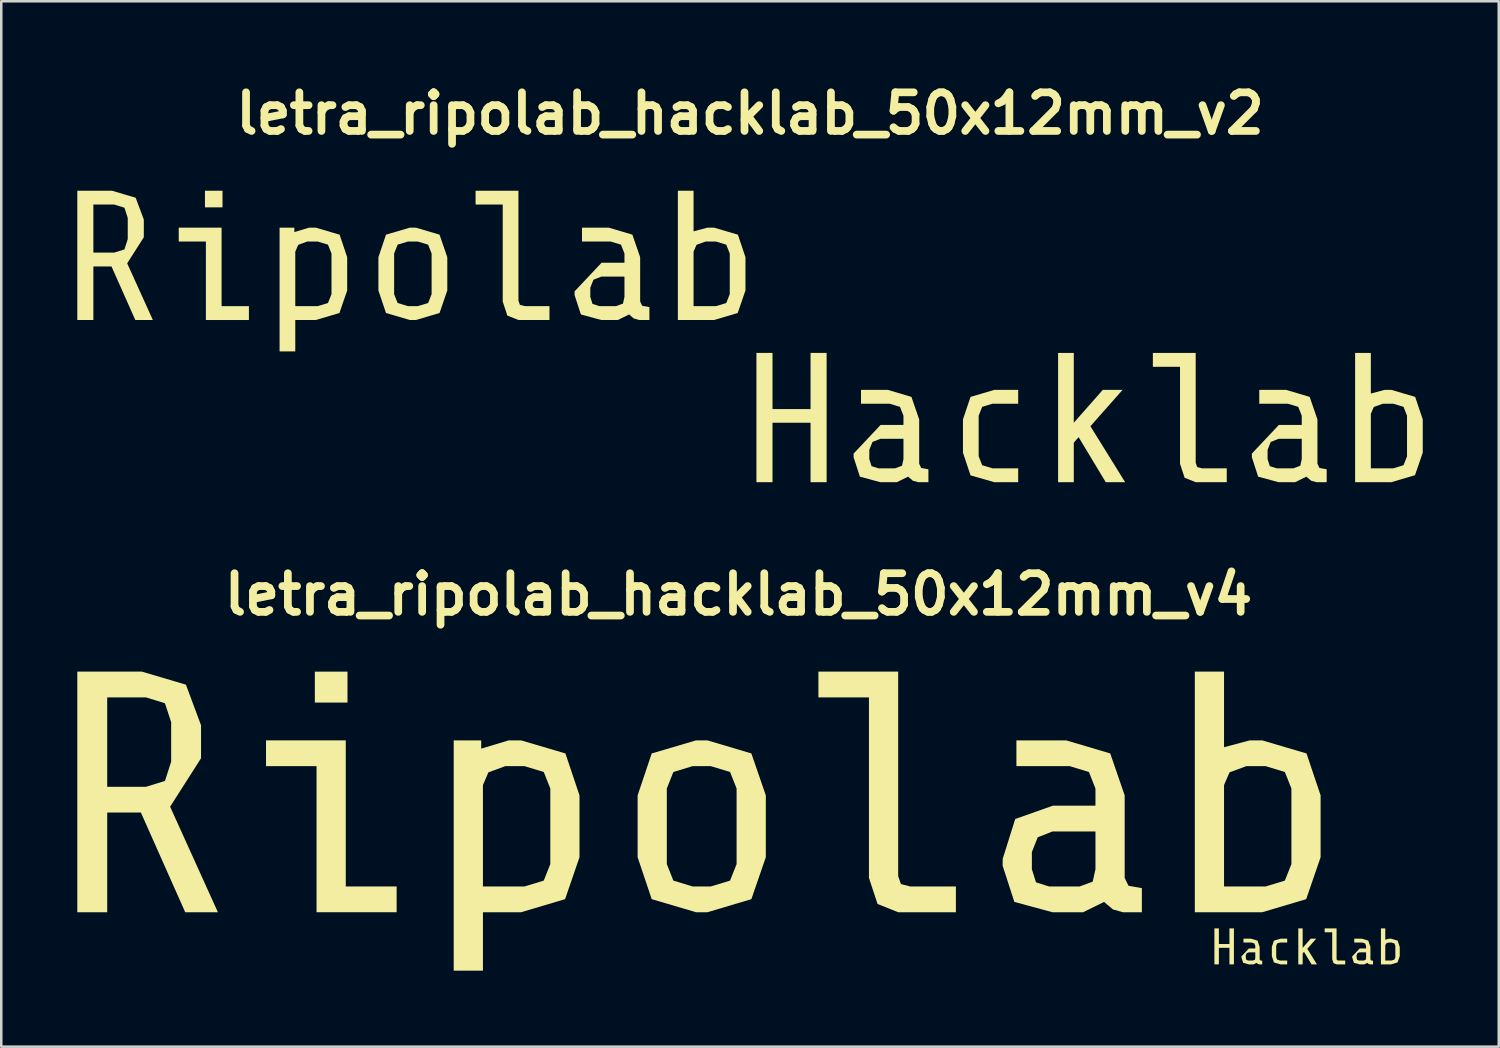
<source format=kicad_pcb>
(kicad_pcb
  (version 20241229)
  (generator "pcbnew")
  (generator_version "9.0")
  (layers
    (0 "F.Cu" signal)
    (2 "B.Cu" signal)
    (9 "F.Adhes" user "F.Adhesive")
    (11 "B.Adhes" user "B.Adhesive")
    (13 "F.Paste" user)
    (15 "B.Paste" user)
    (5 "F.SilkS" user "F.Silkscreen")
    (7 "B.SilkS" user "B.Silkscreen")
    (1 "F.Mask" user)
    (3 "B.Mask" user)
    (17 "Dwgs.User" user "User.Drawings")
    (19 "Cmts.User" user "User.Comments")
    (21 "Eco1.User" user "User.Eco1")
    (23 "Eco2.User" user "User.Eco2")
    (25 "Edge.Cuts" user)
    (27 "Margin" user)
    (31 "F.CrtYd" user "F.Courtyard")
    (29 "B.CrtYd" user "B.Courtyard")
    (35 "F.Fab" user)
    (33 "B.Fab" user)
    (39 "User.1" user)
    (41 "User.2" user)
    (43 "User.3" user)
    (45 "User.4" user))
  (footprint "letra_ripolab_hacklab_50x12mm_v4"
    (layer "F.Cu")
    (at 26.088 29.348)
    (property "Reference" "letra_ripolab_hacklab_50x12mm_v4" (at 0 -8.947 0) (layer "F.SilkS") (effects (font (size 1.524 1.524) (thickness 0.305))))
    (attr smd)
    (fp_poly (pts (xy 6.299 3.594) (xy 5.485 3.268) (xy 5.146 2.238) (xy 5.146 -4.882) (xy 3.152 -4.882) (xy 3.152 -5.899) (xy 6.299 -5.899) (xy 6.299 2.17) (xy 6.407 2.482) (xy 6.773 2.577) (xy 8.577 2.577) (xy 8.577 3.594) (xy 6.299 3.594)) (stroke (width 0) (type solid)) (fill yes) (layer "F.SilkS"))
    (fp_poly (pts (xy 18.952 4.998) (xy 18.952 5.651) (xy 18.776 5.651) (xy 18.776 4.232) (xy 18.952 4.232) (xy 18.952 4.848) (xy 19.369 4.848) (xy 19.369 4.232) (xy 19.546 4.232) (xy 19.546 5.651) (xy 19.369 5.651) (xy 19.369 4.998) (xy 18.952 4.998)) (stroke (width 0) (type solid)) (fill yes) (layer "F.SilkS"))
    (fp_poly (pts (xy 22.258 5.217) (xy 22.258 5.651) (xy 22.086 5.651) (xy 22.086 4.232) (xy 22.258 4.232) (xy 22.258 4.998) (xy 22.576 4.637) (xy 22.793 4.637) (xy 22.441 5.037) (xy 22.822 5.651) (xy 22.609 5.651) (xy 22.311 5.156) (xy 22.258 5.217)) (stroke (width 0) (type solid)) (fill yes) (layer "F.SilkS"))
    (fp_poly (pts (xy 23.596 5.651) (xy 23.475 5.602) (xy 23.424 5.448) (xy 23.424 4.384) (xy 23.126 4.384) (xy 23.126 4.232) (xy 23.596 4.232) (xy 23.596 5.438) (xy 23.612 5.485) (xy 23.667 5.499) (xy 23.937 5.499) (xy 23.937 5.651) (xy 23.596 5.651)) (stroke (width 0) (type solid)) (fill yes) (layer "F.SilkS"))
    (fp_poly (pts (xy -15.428 -5.899) (xy -13.489 2.577) (xy -13.489 3.594) (xy -16.649 3.594) (xy -16.649 -2.17) (xy -18.642 -2.17) (xy -18.642 -3.187) (xy -15.496 -3.187) (xy -15.496 2.577) (xy -13.489 2.577) (xy -15.428 -5.899) (xy -15.428 -4.678) (xy -16.716 -4.678) (xy -16.716 -5.899) (xy -15.428 -5.899)) (stroke (width 0) (type solid)) (fill yes) (layer "F.SilkS"))
    (fp_poly (pts (xy 21.387 5.651) (xy 21.125 5.576) (xy 21.042 5.327) (xy 21.042 4.962) (xy 21.125 4.714) (xy 21.387 4.637) (xy 21.648 4.637) (xy 21.648 4.789) (xy 21.366 4.789) (xy 21.253 4.824) (xy 21.214 4.921) (xy 21.214 5.367) (xy 21.253 5.464) (xy 21.366 5.499) (xy 21.648 5.499) (xy 21.648 5.651) (xy 21.387 5.651)) (stroke (width 0) (type solid)) (fill yes) (layer "F.SilkS"))
    (fp_poly (pts (xy -24.908 -0.339) (xy -24.908 -1.356) (xy -23.375 -1.356) (xy -22.63 -1.587) (xy -22.385 -2.346) (xy -22.385 -3.905) (xy -22.63 -4.651) (xy -23.375 -4.882) (xy -24.908 -4.882) (xy -24.908 -1.356) (xy -24.908 -0.339) (xy -24.908 3.594) (xy -26.088 3.594) (xy -26.088 -5.899) (xy -23.538 -5.899) (xy -21.802 -5.384) (xy -21.206 -3.783) (xy -21.206 -2.482) (xy -22.426 -0.57) (xy -20.541 3.594) (xy -21.83 3.594) (xy -23.579 -0.339) (xy -24.908 -0.339)) (stroke (width 0) (type solid)) (fill yes) (layer "F.SilkS"))
    (fp_poly (pts (xy 22.966 1.424) (xy 21.556 2.346) (xy 21.814 1.695) (xy 21.814 -1.288) (xy 21.556 -1.939) (xy 20.796 -2.17) (xy 20.037 -2.17) (xy 19.373 -1.926) (xy 19.156 -1.424) (xy 19.156 2.577) (xy 20.796 2.577) (xy 21.556 2.346) (xy 22.966 1.424) (xy 22.397 3.078) (xy 20.661 3.594) (xy 18.003 3.594) (xy 18.003 -5.899) (xy 19.156 -5.899) (xy 19.156 -2.916) (xy 20.173 -3.187) (xy 20.661 -3.187) (xy 22.41 -2.671) (xy 22.966 -1.017) (xy 22.966 1.424)) (stroke (width 0) (type solid)) (fill yes) (layer "F.SilkS"))
    (fp_poly (pts (xy 26.088 5.327) (xy 25.877 5.464) (xy 25.915 5.367) (xy 25.915 4.921) (xy 25.877 4.824) (xy 25.763 4.789) (xy 25.65 4.789) (xy 25.55 4.826) (xy 25.518 4.901) (xy 25.518 5.499) (xy 25.763 5.499) (xy 25.877 5.464) (xy 26.088 5.327) (xy 26.002 5.574) (xy 25.743 5.651) (xy 25.346 5.651) (xy 25.346 4.232) (xy 25.518 4.232) (xy 25.518 4.678) (xy 25.67 4.637) (xy 25.743 4.637) (xy 26.004 4.714) (xy 26.088 4.962) (xy 26.088 5.327)) (stroke (width 0) (type solid)) (fill yes) (layer "F.SilkS"))
    (fp_poly (pts (xy -10.152 -3.187) (xy -10.152 -2.861) (xy -9.203 -2.17) (xy -9.867 -1.926) (xy -10.084 -1.424) (xy -10.084 2.577) (xy -8.444 2.577) (xy -7.684 2.346) (xy -7.426 1.695) (xy -7.426 -1.288) (xy -7.684 -1.939) (xy -8.444 -2.17) (xy -9.203 -2.17) (xy -10.152 -2.861) (xy -9.067 -3.187) (xy -8.579 -3.187) (xy -6.83 -2.671) (xy -6.274 -1.017) (xy -6.274 1.424) (xy -6.843 3.078) (xy -8.579 3.594) (xy -10.084 3.594) (xy -10.084 5.899) (xy -11.237 5.899) (xy -11.237 -3.187) (xy -10.152 -3.187)) (stroke (width 0) (type solid)) (fill yes) (layer "F.SilkS"))
    (fp_poly (pts (xy 1.077 1.424) (xy -0.076 -1.288) (xy -0.333 -1.939) (xy -1.093 -2.17) (xy -1.812 -2.17) (xy -2.571 -1.939) (xy -2.829 -1.288) (xy -2.829 1.695) (xy -2.571 2.346) (xy -1.812 2.577) (xy -1.093 2.577) (xy -0.333 2.346) (xy -0.076 1.695) (xy -0.076 -1.288) (xy 1.077 1.424) (xy 0.507 3.078) (xy -1.228 3.594) (xy -1.676 3.594) (xy -3.425 3.078) (xy -3.981 1.424) (xy -3.981 -1.017) (xy -3.425 -2.671) (xy -1.676 -3.187) (xy -1.228 -3.187) (xy 0.507 -2.671) (xy 1.077 -1.017) (xy 1.077 1.424)) (stroke (width 0) (type solid)) (fill yes) (layer "F.SilkS"))
    (fp_poly (pts (xy 20.551 5.651) (xy 20.296 5.499) (xy 20.373 5.471) (xy 20.389 5.398) (xy 20.389 5.175) (xy 20.136 5.175) (xy 20.049 5.209) (xy 20.014 5.296) (xy 20.014 5.398) (xy 20.038 5.475) (xy 20.115 5.499) (xy 20.296 5.499) (xy 20.551 5.651) (xy 20.492 5.635) (xy 20.44 5.59) (xy 20.316 5.651) (xy 20.136 5.651) (xy 19.911 5.59) (xy 19.842 5.377) (xy 19.842 5.337) (xy 20.138 5.023) (xy 20.389 5.023) (xy 20.389 4.921) (xy 20.351 4.824) (xy 20.237 4.789) (xy 19.923 4.789) (xy 19.923 4.637) (xy 20.217 4.637) (xy 20.476 4.714) (xy 20.561 4.962) (xy 20.561 5.448) (xy 20.584 5.495) (xy 20.663 5.509) (xy 20.663 5.651) (xy 20.551 5.651)) (stroke (width 0) (type solid)) (fill yes) (layer "F.SilkS"))
    (fp_poly (pts (xy 24.922 5.651) (xy 24.667 5.499) (xy 24.744 5.471) (xy 24.76 5.398) (xy 24.76 5.175) (xy 24.506 5.175) (xy 24.419 5.209) (xy 24.385 5.296) (xy 24.385 5.398) (xy 24.409 5.475) (xy 24.486 5.499) (xy 24.667 5.499) (xy 24.922 5.651) (xy 24.863 5.635) (xy 24.81 5.59) (xy 24.687 5.651) (xy 24.506 5.651) (xy 24.281 5.59) (xy 24.212 5.377) (xy 24.212 5.337) (xy 24.508 5.023) (xy 24.76 5.023) (xy 24.76 4.921) (xy 24.721 4.824) (xy 24.608 4.789) (xy 24.294 4.789) (xy 24.294 4.637) (xy 24.587 4.637) (xy 24.847 4.714) (xy 24.932 4.962) (xy 24.932 5.448) (xy 24.954 5.495) (xy 25.033 5.509) (xy 25.033 5.651) (xy 24.922 5.651)) (stroke (width 0) (type solid)) (fill yes) (layer "F.SilkS"))
    (fp_poly (pts (xy 15.168 3.594) (xy 13.459 2.577) (xy 13.975 2.387) (xy 14.083 1.898) (xy 14.083 0.407) (xy 12.388 0.407) (xy 11.805 0.637) (xy 11.574 1.22) (xy 11.574 1.898) (xy 11.737 2.414) (xy 12.252 2.577) (xy 13.459 2.577) (xy 15.168 3.594) (xy 14.775 3.485) (xy 14.422 3.187) (xy 13.595 3.594) (xy 12.388 3.594) (xy 10.883 3.187) (xy 10.422 1.763) (xy 10.422 1.492) (xy 10.917 -0.085) (xy 12.402 -0.61) (xy 14.083 -0.61) (xy 14.083 -1.288) (xy 13.825 -1.939) (xy 13.066 -2.17) (xy 10.964 -2.17) (xy 10.964 -3.187) (xy 12.93 -3.187) (xy 14.666 -2.671) (xy 15.236 -1.017) (xy 15.236 2.238) (xy 15.385 2.549) (xy 15.914 2.644) (xy 15.914 3.594) (xy 15.168 3.594)) (stroke (width 0) (type solid)) (fill yes) (layer "F.SilkS")))
  (footprint "letra_ripolab_hacklab_50x12mm_v2"
    (layer "F.Cu")
    (at 26.542 10.225)
    (property "Reference" "letra_ripolab_hacklab_50x12mm_v2" (at 0 -8.798 0) (layer "F.SilkS") (effects (font (size 1.524 1.524) (thickness 0.305))))
    (attr smd)
    (fp_poly (pts (xy -9.137 -0.649) (xy -9.575 -0.824) (xy -9.757 -1.378) (xy -9.757 -5.204) (xy -10.828 -5.204) (xy -10.828 -5.75) (xy -9.137 -5.75) (xy -9.137 -1.414) (xy -9.079 -1.247) (xy -8.882 -1.196) (xy -7.913 -1.196) (xy -7.913 -0.649) (xy -9.137 -0.649)) (stroke (width 0) (type solid)) (fill yes) (layer "F.SilkS"))
    (fp_poly (pts (xy 0.887 3.404) (xy 0.887 5.75) (xy 0.253 5.75) (xy 0.253 0.649) (xy 0.887 0.649) (xy 0.887 2.865) (xy 2.388 2.865) (xy 2.388 0.649) (xy 3.022 0.649) (xy 3.022 5.75) (xy 2.388 5.75) (xy 2.388 3.404) (xy 0.887 3.404)) (stroke (width 0) (type solid)) (fill yes) (layer "F.SilkS"))
    (fp_poly (pts (xy 12.774 4.191) (xy 12.774 5.75) (xy 12.155 5.75) (xy 12.155 0.649) (xy 12.774 0.649) (xy 12.774 3.404) (xy 13.918 2.107) (xy 14.698 2.107) (xy 13.43 3.542) (xy 14.8 5.75) (xy 14.035 5.75) (xy 12.964 3.972) (xy 12.774 4.191)) (stroke (width 0) (type solid)) (fill yes) (layer "F.SilkS"))
    (fp_poly (pts (xy 17.584 5.75) (xy 17.147 5.575) (xy 16.965 5.022) (xy 16.965 1.196) (xy 15.894 1.196) (xy 15.894 0.649) (xy 17.584 0.649) (xy 17.584 4.985) (xy 17.643 5.153) (xy 17.84 5.204) (xy 18.809 5.204) (xy 18.809 5.75) (xy 17.584 5.75)) (stroke (width 0) (type solid)) (fill yes) (layer "F.SilkS"))
    (fp_poly (pts (xy -20.813 -5.75) (xy -19.771 -1.196) (xy -19.771 -0.649) (xy -21.469 -0.649) (xy -21.469 -3.746) (xy -22.54 -3.746) (xy -22.54 -4.293) (xy -20.85 -4.293) (xy -20.85 -1.196) (xy -19.771 -1.196) (xy -20.813 -5.75) (xy -20.813 -5.094) (xy -21.506 -5.094) (xy -21.506 -5.75) (xy -20.813 -5.75)) (stroke (width 0) (type solid)) (fill yes) (layer "F.SilkS"))
    (fp_poly (pts (xy 9.64 5.75) (xy 8.7 5.481) (xy 8.401 4.584) (xy 8.401 3.273) (xy 8.7 2.384) (xy 9.64 2.107) (xy 10.58 2.107) (xy 10.58 2.653) (xy 9.567 2.653) (xy 9.159 2.777) (xy 9.021 3.127) (xy 9.021 4.73) (xy 9.159 5.08) (xy 9.567 5.204) (xy 10.58 5.204) (xy 10.58 5.75) (xy 9.64 5.75)) (stroke (width 0) (type solid)) (fill yes) (layer "F.SilkS"))
    (fp_poly (pts (xy -25.908 -2.762) (xy -25.908 -3.309) (xy -25.084 -3.309) (xy -24.683 -3.433) (xy -24.552 -3.841) (xy -24.552 -4.679) (xy -24.683 -5.08) (xy -25.084 -5.204) (xy -25.908 -5.204) (xy -25.908 -3.309) (xy -25.908 -2.762) (xy -25.908 -0.649) (xy -26.542 -0.649) (xy -26.542 -5.75) (xy -25.172 -5.75) (xy -24.239 -5.473) (xy -23.918 -4.614) (xy -23.918 -3.914) (xy -24.574 -2.886) (xy -23.561 -0.649) (xy -24.253 -0.649) (xy -25.193 -2.762) (xy -25.908 -2.762)) (stroke (width 0) (type solid)) (fill yes) (layer "F.SilkS"))
    (fp_poly (pts (xy -0.18 -1.815) (xy -0.938 -1.32) (xy -0.8 -1.669) (xy -0.8 -3.273) (xy -0.938 -3.622) (xy -1.346 -3.746) (xy -1.754 -3.746) (xy -2.111 -3.615) (xy -2.228 -3.345) (xy -2.228 -1.196) (xy -1.346 -1.196) (xy -0.938 -1.32) (xy -0.18 -1.815) (xy -0.486 -0.926) (xy -1.419 -0.649) (xy -2.847 -0.649) (xy -2.847 -5.75) (xy -2.228 -5.75) (xy -2.228 -4.147) (xy -1.681 -4.293) (xy -1.419 -4.293) (xy -0.479 -4.016) (xy -0.18 -3.127) (xy -0.18 -1.815)) (stroke (width 0) (type solid)) (fill yes) (layer "F.SilkS"))
    (fp_poly (pts (xy 26.542 4.584) (xy 25.784 5.08) (xy 25.922 4.73) (xy 25.922 3.127) (xy 25.784 2.777) (xy 25.376 2.653) (xy 24.968 2.653) (xy 24.61 2.784) (xy 24.494 3.054) (xy 24.494 5.204) (xy 25.376 5.204) (xy 25.784 5.08) (xy 26.542 4.584) (xy 26.236 5.473) (xy 25.303 5.75) (xy 23.874 5.75) (xy 23.874 0.649) (xy 24.494 0.649) (xy 24.494 2.252) (xy 25.04 2.107) (xy 25.303 2.107) (xy 26.243 2.384) (xy 26.542 3.273) (xy 26.542 4.584)) (stroke (width 0) (type solid)) (fill yes) (layer "F.SilkS"))
    (fp_poly (pts (xy -17.978 -4.293) (xy -17.978 -4.118) (xy -17.468 -3.746) (xy -17.825 -3.615) (xy -17.942 -3.345) (xy -17.942 -1.196) (xy -17.06 -1.196) (xy -16.652 -1.32) (xy -16.513 -1.669) (xy -16.513 -3.273) (xy -16.652 -3.622) (xy -17.06 -3.746) (xy -17.468 -3.746) (xy -17.978 -4.118) (xy -17.395 -4.293) (xy -17.133 -4.293) (xy -16.193 -4.016) (xy -15.894 -3.127) (xy -15.894 -1.815) (xy -16.2 -0.926) (xy -17.133 -0.649) (xy -17.942 -0.649) (xy -17.942 0.59) (xy -18.561 0.59) (xy -18.561 -4.293) (xy -17.978 -4.293)) (stroke (width 0) (type solid)) (fill yes) (layer "F.SilkS"))
    (fp_poly (pts (xy -11.944 -1.815) (xy -12.563 -3.273) (xy -12.701 -3.622) (xy -13.11 -3.746) (xy -13.496 -3.746) (xy -13.904 -3.622) (xy -14.042 -3.273) (xy -14.042 -1.669) (xy -13.904 -1.32) (xy -13.496 -1.196) (xy -13.11 -1.196) (xy -12.701 -1.32) (xy -12.563 -1.669) (xy -12.563 -3.273) (xy -11.944 -1.815) (xy -12.25 -0.926) (xy -13.182 -0.649) (xy -13.423 -0.649) (xy -14.363 -0.926) (xy -14.662 -1.815) (xy -14.662 -3.127) (xy -14.363 -4.016) (xy -13.423 -4.293) (xy -13.182 -4.293) (xy -12.25 -4.016) (xy -11.944 -3.127) (xy -11.944 -1.815)) (stroke (width 0) (type solid)) (fill yes) (layer "F.SilkS"))
    (fp_poly (pts (xy -4.371 -0.649) (xy -5.289 -1.196) (xy -5.012 -1.298) (xy -4.954 -1.56) (xy -4.954 -2.362) (xy -5.865 -2.362) (xy -6.178 -2.238) (xy -6.302 -1.924) (xy -6.302 -1.56) (xy -6.215 -1.283) (xy -5.938 -1.196) (xy -5.289 -1.196) (xy -4.371 -0.649) (xy -4.582 -0.707) (xy -4.772 -0.868) (xy -5.216 -0.649) (xy -5.865 -0.649) (xy -6.674 -0.868) (xy -6.922 -1.633) (xy -6.922 -1.779) (xy -5.858 -2.908) (xy -4.954 -2.908) (xy -4.954 -3.273) (xy -5.092 -3.622) (xy -5.501 -3.746) (xy -6.63 -3.746) (xy -6.63 -4.293) (xy -5.573 -4.293) (xy -4.641 -4.016) (xy -4.335 -3.127) (xy -4.335 -1.378) (xy -4.254 -1.21) (xy -3.97 -1.159) (xy -3.97 -0.649) (xy -4.371 -0.649)) (stroke (width 0) (type solid)) (fill yes) (layer "F.SilkS"))
    (fp_poly (pts (xy 6.637 5.75) (xy 5.719 5.204) (xy 5.996 5.102) (xy 6.054 4.839) (xy 6.054 4.038) (xy 5.143 4.038) (xy 4.83 4.162) (xy 4.706 4.475) (xy 4.706 4.839) (xy 4.794 5.116) (xy 5.071 5.204) (xy 5.719 5.204) (xy 6.637 5.75) (xy 6.426 5.692) (xy 6.237 5.532) (xy 5.792 5.75) (xy 5.143 5.75) (xy 4.335 5.532) (xy 4.087 4.767) (xy 4.087 4.621) (xy 5.151 3.491) (xy 6.054 3.491) (xy 6.054 3.127) (xy 5.916 2.777) (xy 5.508 2.653) (xy 4.378 2.653) (xy 4.378 2.107) (xy 5.435 2.107) (xy 6.368 2.384) (xy 6.674 3.273) (xy 6.674 5.022) (xy 6.754 5.189) (xy 7.038 5.24) (xy 7.038 5.75) (xy 6.637 5.75)) (stroke (width 0) (type solid)) (fill yes) (layer "F.SilkS"))
    (fp_poly (pts (xy 22.351 5.75) (xy 21.433 5.204) (xy 21.71 5.102) (xy 21.768 4.839) (xy 21.768 4.038) (xy 20.857 4.038) (xy 20.544 4.162) (xy 20.42 4.475) (xy 20.42 4.839) (xy 20.507 5.116) (xy 20.784 5.204) (xy 21.433 5.204) (xy 22.351 5.75) (xy 22.14 5.692) (xy 21.95 5.532) (xy 21.506 5.75) (xy 20.857 5.75) (xy 20.048 5.532) (xy 19.8 4.767) (xy 19.8 4.621) (xy 20.864 3.491) (xy 21.768 3.491) (xy 21.768 3.127) (xy 21.629 2.777) (xy 21.221 2.653) (xy 20.092 2.653) (xy 20.092 2.107) (xy 21.148 2.107) (xy 22.081 2.384) (xy 22.387 3.273) (xy 22.387 5.022) (xy 22.467 5.189) (xy 22.752 5.24) (xy 22.752 5.75) (xy 22.351 5.75)) (stroke (width 0) (type solid)) (fill yes) (layer "F.SilkS")))
  (gr_rect
    (start -3 -3)
    (end 56.083 38.247)
    (stroke (width 0.1) (type default))
    (fill no)
    (layer "Edge.Cuts")))
</source>
